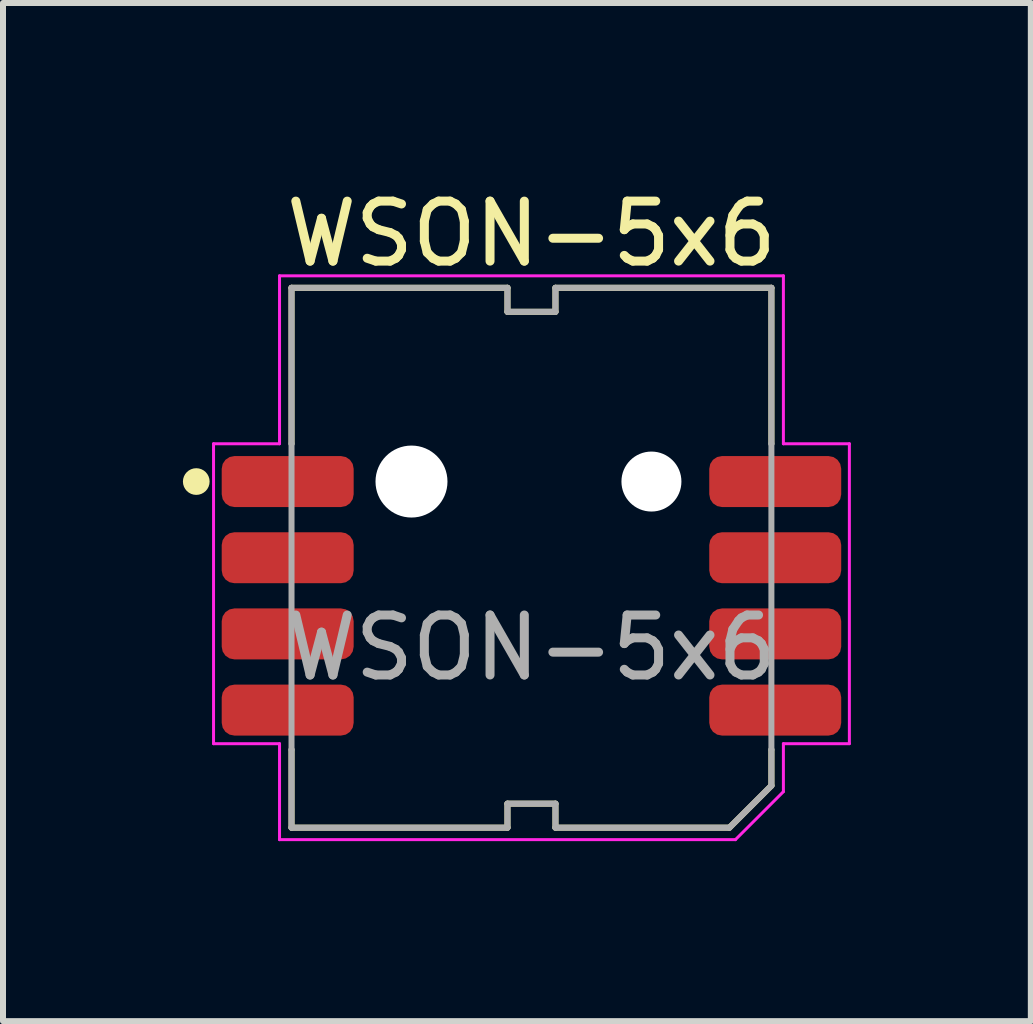
<source format=kicad_pcb>
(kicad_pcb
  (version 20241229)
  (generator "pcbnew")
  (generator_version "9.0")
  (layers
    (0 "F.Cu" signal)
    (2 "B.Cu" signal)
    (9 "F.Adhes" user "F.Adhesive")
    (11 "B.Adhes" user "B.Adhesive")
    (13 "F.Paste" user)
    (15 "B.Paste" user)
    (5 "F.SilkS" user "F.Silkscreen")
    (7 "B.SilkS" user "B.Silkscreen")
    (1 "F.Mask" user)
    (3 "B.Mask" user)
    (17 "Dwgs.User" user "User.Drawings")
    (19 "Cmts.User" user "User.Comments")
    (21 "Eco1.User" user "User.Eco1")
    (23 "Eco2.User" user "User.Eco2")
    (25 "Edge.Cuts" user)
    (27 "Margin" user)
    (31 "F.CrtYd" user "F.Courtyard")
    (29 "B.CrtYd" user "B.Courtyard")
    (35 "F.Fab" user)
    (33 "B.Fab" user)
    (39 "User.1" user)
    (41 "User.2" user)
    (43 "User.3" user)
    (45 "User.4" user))
  (footprint "WSON-5x6"
    (layer "F.Cu")
    (at 5.81 6.248)
    (property "Reference" "WSON-5x6" (at 0 -5.4 0) (unlocked yes) (layer "F.SilkS") (effects (font (size 1 1) (thickness 0.15))))
    (attr smd)
    (fp_line (start -4 -4.5) (end -4 -1.9) (stroke (width 0.1) (type default)) (layer "F.SilkS"))
    (fp_line (start -4 4.5) (end -4 3.2) (stroke (width 0.1) (type default)) (layer "F.SilkS"))
    (fp_line (start -0.4 -4.5) (end -4 -4.5) (stroke (width 0.1) (type solid)) (layer "F.SilkS"))
    (fp_line (start -0.4 -4.5) (end -0.4 -4.1) (stroke (width 0.1) (type solid)) (layer "F.SilkS"))
    (fp_line (start -0.4 -4.1) (end 0.4 -4.1) (stroke (width 0.1) (type solid)) (layer "F.SilkS"))
    (fp_line (start -0.4 4.1) (end -0.4 4.5) (stroke (width 0.1) (type solid)) (layer "F.SilkS"))
    (fp_line (start -0.4 4.5) (end -4 4.5) (stroke (width 0.1) (type solid)) (layer "F.SilkS"))
    (fp_line (start 0.4 -4.5) (end 4 -4.5) (stroke (width 0.1) (type solid)) (layer "F.SilkS"))
    (fp_line (start 0.4 -4.1) (end 0.4 -4.5) (stroke (width 0.1) (type solid)) (layer "F.SilkS"))
    (fp_line (start 0.4 4.1) (end -0.4 4.1) (stroke (width 0.1) (type solid)) (layer "F.SilkS"))
    (fp_line (start 0.4 4.5) (end 0.4 4.1) (stroke (width 0.1) (type solid)) (layer "F.SilkS"))
    (fp_line (start 0.4 4.5) (end 3.3 4.5) (stroke (width 0.1) (type solid)) (layer "F.SilkS"))
    (fp_line (start 3.3 4.5) (end 4 3.8) (stroke (width 0.1) (type default)) (layer "F.SilkS"))
    (fp_line (start 4 -4.5) (end 4 -1.9) (stroke (width 0.1) (type default)) (layer "F.SilkS"))
    (fp_line (start 4 3.8) (end 4 3.2) (stroke (width 0.1) (type default)) (layer "F.SilkS"))
    (fp_circle (center -5.588 -1.27) (end -5.466 -1.392) (stroke (width 0.1) (type solid)) (fill yes) (layer "F.SilkS"))
    (fp_line (start -5.3 -1.9) (end -4.2 -1.9) (stroke (width 0.05) (type default)) (layer "F.CrtYd"))
    (fp_line (start -5.3 -1.8) (end -5.3 -1.9) (stroke (width 0.05) (type default)) (layer "F.CrtYd"))
    (fp_line (start -5.3 3.1) (end -5.3 -1.8) (stroke (width 0.05) (type default)) (layer "F.CrtYd"))
    (fp_line (start -4.2 -4.7) (end 4.2 -4.7) (stroke (width 0.05) (type default)) (layer "F.CrtYd"))
    (fp_line (start -4.2 -1.9) (end -4.2 -4.7) (stroke (width 0.05) (type default)) (layer "F.CrtYd"))
    (fp_line (start -4.2 3.1) (end -5.3 3.1) (stroke (width 0.05) (type default)) (layer "F.CrtYd"))
    (fp_line (start -4.2 4.7) (end -4.2 3.1) (stroke (width 0.05) (type default)) (layer "F.CrtYd"))
    (fp_line (start 3.4 4.7) (end -4.2 4.7) (stroke (width 0.05) (type default)) (layer "F.CrtYd"))
    (fp_line (start 4.2 -4.7) (end 4.2 -1.9) (stroke (width 0.05) (type default)) (layer "F.CrtYd"))
    (fp_line (start 4.2 -1.9) (end 5.3 -1.9) (stroke (width 0.05) (type default)) (layer "F.CrtYd"))
    (fp_line (start 4.2 3.1) (end 4.2 3.9) (stroke (width 0.05) (type default)) (layer "F.CrtYd"))
    (fp_line (start 4.2 3.9) (end 3.4 4.7) (stroke (width 0.05) (type default)) (layer "F.CrtYd"))
    (fp_line (start 5.3 -1.9) (end 5.3 3.1) (stroke (width 0.05) (type default)) (layer "F.CrtYd"))
    (fp_line (start 5.3 3.1) (end 4.2 3.1) (stroke (width 0.05) (type default)) (layer "F.CrtYd"))
    (fp_line (start -4 -4.5) (end -4 -1.9) (stroke (width 0.1) (type default)) (layer "F.Fab"))
    (fp_line (start -4 -1.9) (end -4 3.2) (stroke (width 0.1) (type default)) (layer "F.Fab"))
    (fp_line (start -4 4.5) (end -4 3.2) (stroke (width 0.1) (type default)) (layer "F.Fab"))
    (fp_line (start -0.4 -4.5) (end -4 -4.5) (stroke (width 0.1) (type solid)) (layer "F.Fab"))
    (fp_line (start -0.4 -4.5) (end -0.4 -4.1) (stroke (width 0.1) (type solid)) (layer "F.Fab"))
    (fp_line (start -0.4 -4.1) (end 0.4 -4.1) (stroke (width 0.1) (type solid)) (layer "F.Fab"))
    (fp_line (start -0.4 4.1) (end -0.4 4.5) (stroke (width 0.1) (type solid)) (layer "F.Fab"))
    (fp_line (start -0.4 4.5) (end -4 4.5) (stroke (width 0.1) (type solid)) (layer "F.Fab"))
    (fp_line (start 0.4 -4.5) (end 4 -4.5) (stroke (width 0.1) (type solid)) (layer "F.Fab"))
    (fp_line (start 0.4 -4.1) (end 0.4 -4.5) (stroke (width 0.1) (type solid)) (layer "F.Fab"))
    (fp_line (start 0.4 4.1) (end -0.4 4.1) (stroke (width 0.1) (type solid)) (layer "F.Fab"))
    (fp_line (start 0.4 4.5) (end 0.4 4.1) (stroke (width 0.1) (type solid)) (layer "F.Fab"))
    (fp_line (start 0.4 4.5) (end 3.3 4.5) (stroke (width 0.1) (type solid)) (layer "F.Fab"))
    (fp_line (start 3.3 4.5) (end 4 3.8) (stroke (width 0.1) (type default)) (layer "F.Fab"))
    (fp_line (start 4 -4.5) (end 4 -1.9) (stroke (width 0.1) (type default)) (layer "F.Fab"))
    (fp_line (start 4 -1.9) (end 4 3.2) (stroke (width 0.1) (type default)) (layer "F.Fab"))
    (fp_line (start 4 3.8) (end 4 3.2) (stroke (width 0.1) (type default)) (layer "F.Fab"))
    (fp_text user "${REFERENCE}" (at 0 1.5 0) (unlocked yes) (layer "F.Fab") (effects (font (size 1 1) (thickness 0.15))))
    (pad "" np_thru_hole circle (at -2 -1.27) (size 1.2 1.2) (drill 1.2) (layers "*.Cu" "*.Mask"))
    (pad "" np_thru_hole circle (at 2 -1.27) (size 1 1) (drill 1) (layers "*.Cu" "*.Mask"))
    (pad "1" smd roundrect (at -4.064 -1.27) (size 2.2 0.85) (layers "F.Cu" "F.Mask" "F.Paste") (roundrect_rratio 0.25))
    (pad "2" smd roundrect (at -4.064 0) (size 2.2 0.85) (layers "F.Cu" "F.Mask" "F.Paste") (roundrect_rratio 0.25))
    (pad "3" smd roundrect (at -4.064 1.27) (size 2.2 0.85) (layers "F.Cu" "F.Mask" "F.Paste") (roundrect_rratio 0.25))
    (pad "4" smd roundrect (at -4.064 2.54) (size 2.2 0.85) (layers "F.Cu" "F.Mask" "F.Paste") (roundrect_rratio 0.25))
    (pad "5" smd roundrect (at 4.064 2.54) (size 2.2 0.85) (layers "F.Cu" "F.Mask" "F.Paste") (roundrect_rratio 0.25))
    (pad "6" smd roundrect (at 4.064 1.27) (size 2.2 0.85) (layers "F.Cu" "F.Mask" "F.Paste") (roundrect_rratio 0.25))
    (pad "7" smd roundrect (at 4.064 0) (size 2.2 0.85) (layers "F.Cu" "F.Mask" "F.Paste") (roundrect_rratio 0.25))
    (pad "8" smd roundrect (at 4.064 -1.27) (size 2.2 0.85) (layers "F.Cu" "F.Mask" "F.Paste") (roundrect_rratio 0.25)))
  (gr_rect
    (start -3 -3)
    (end 14.135 13.973)
    (stroke (width 0.1) (type default))
    (fill no)
    (layer "Edge.Cuts")))
</source>
